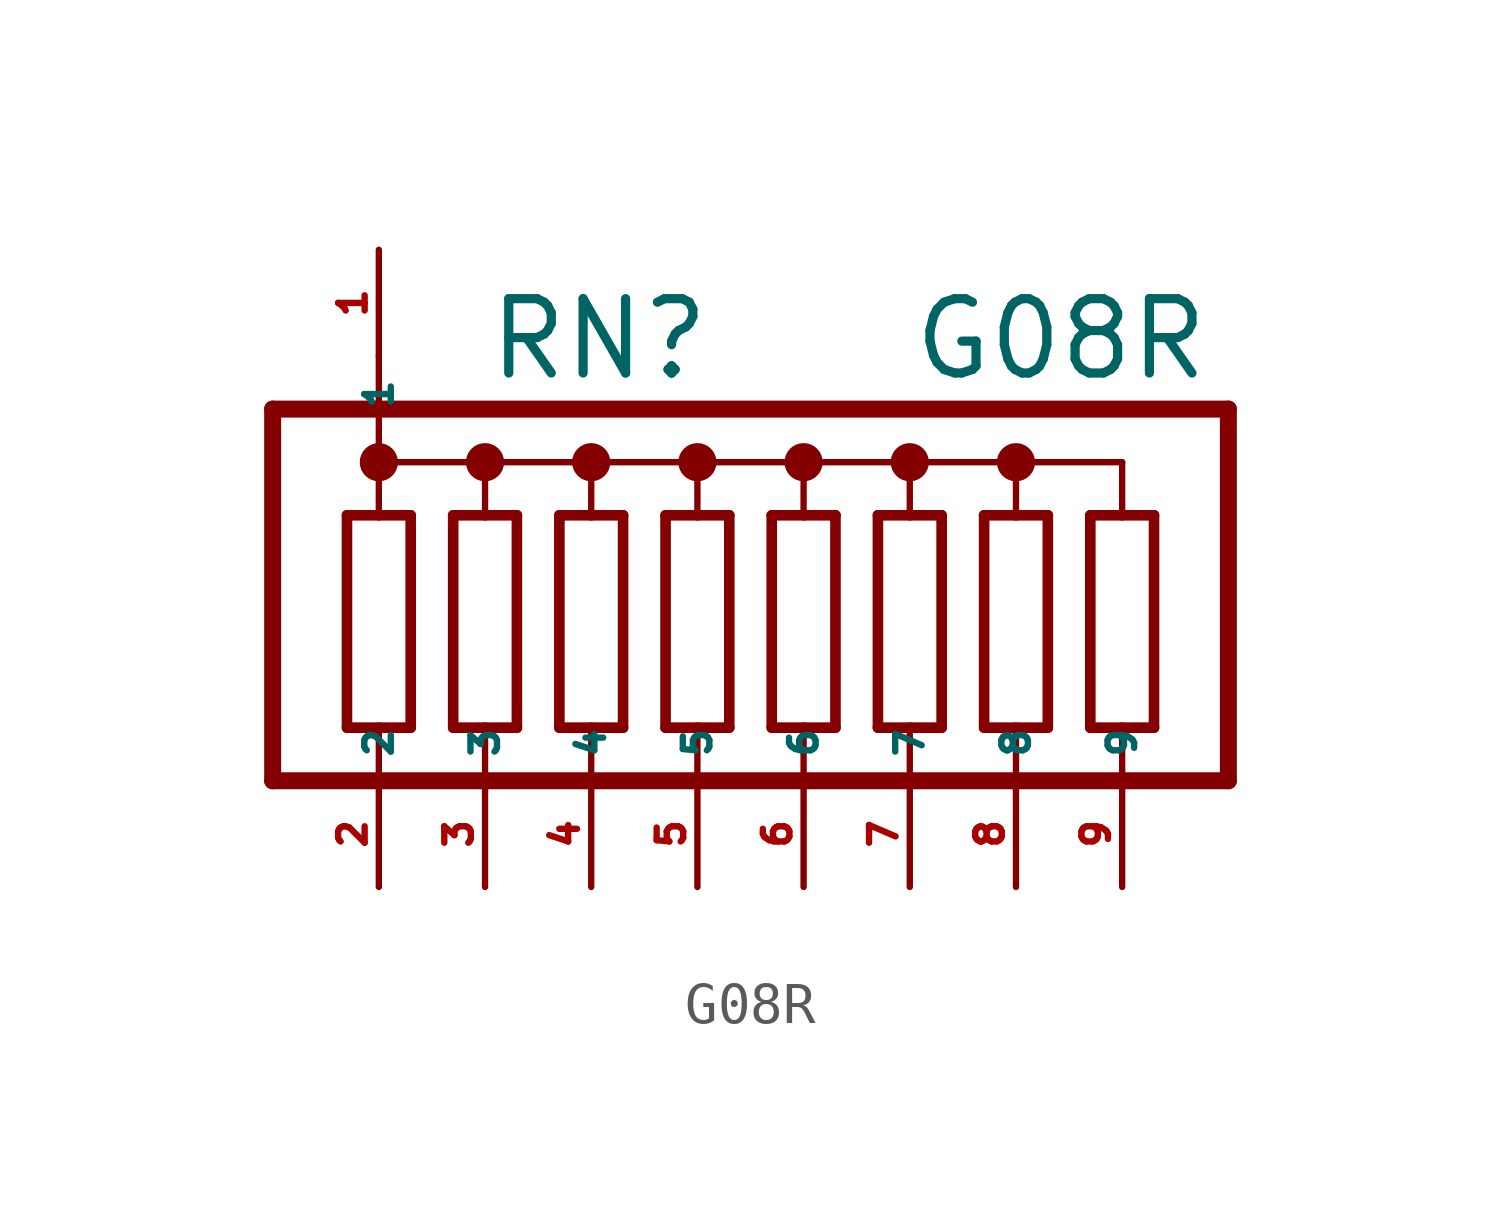
<source format=kicad_sym>
(kicad_symbol_lib
  (version 20220914)
  (generator Eagle2Kicad)
  (symbol "G08R"
    (property "Reference" "RN"
      (at -7.62 6.985 0)
      (effects (font (size 1.778 1.778) (thickness 0.22)) (justify left bottom)))
    (property "Value" "G08R"
      (at 2.54 6.985 0)
      (effects (font (size 1.778 1.778) (thickness 0.22)) (justify left bottom)))
    (polyline
      (pts (xy -9.398 -1.27) (xy -9.398 3.81))
      (stroke (width 0.254) (type default))
      (fill (type none)))
    (polyline
      (pts (xy -10.922 3.81) (xy -10.922 -1.27))
      (stroke (width 0.254) (type default))
      (fill (type none)))
    (polyline
      (pts (xy -9.398 3.81) (xy -10.16 3.81))
      (stroke (width 0.254) (type default))
      (fill (type none)))
    (polyline
      (pts (xy -10.922 -1.27) (xy -10.16 -1.27))
      (stroke (width 0.254) (type default))
      (fill (type none)))
    (polyline
      (pts (xy -10.16 -1.27) (xy -10.16 -2.54))
      (stroke (width 0.152) (type default))
      (fill (type none)))
    (polyline
      (pts (xy -10.16 -1.27) (xy -9.398 -1.27))
      (stroke (width 0.254) (type default))
      (fill (type none)))
    (polyline
      (pts (xy -10.16 5.08) (xy -10.16 3.81))
      (stroke (width 0.152) (type default))
      (fill (type none)))
    (polyline
      (pts (xy -10.16 3.81) (xy -10.922 3.81))
      (stroke (width 0.254) (type default))
      (fill (type none)))
    (polyline
      (pts (xy -10.16 5.08) (xy -7.62 5.08))
      (stroke (width 0.152) (type default))
      (fill (type none)))
    (polyline
      (pts (xy -7.62 5.08) (xy -7.62 3.81))
      (stroke (width 0.152) (type default))
      (fill (type none)))
    (polyline
      (pts (xy -7.62 5.08) (xy -5.08 5.08))
      (stroke (width 0.152) (type default))
      (fill (type none)))
    (polyline
      (pts (xy -5.08 5.08) (xy -5.08 3.81))
      (stroke (width 0.152) (type default))
      (fill (type none)))
    (polyline
      (pts (xy -5.08 5.08) (xy -2.54 5.08))
      (stroke (width 0.152) (type default))
      (fill (type none)))
    (polyline
      (pts (xy -2.54 5.08) (xy -2.54 3.81))
      (stroke (width 0.152) (type default))
      (fill (type none)))
    (polyline
      (pts (xy -2.54 5.08) (xy 0 5.08))
      (stroke (width 0.152) (type default))
      (fill (type none)))
    (polyline
      (pts (xy 0 5.08) (xy 0 3.81))
      (stroke (width 0.152) (type default))
      (fill (type none)))
    (polyline
      (pts (xy 0 -2.54) (xy 0 -1.27))
      (stroke (width 0.152) (type default))
      (fill (type none)))
    (polyline
      (pts (xy -2.54 -2.54) (xy -2.54 -1.27))
      (stroke (width 0.152) (type default))
      (fill (type none)))
    (polyline
      (pts (xy -5.08 -2.54) (xy -5.08 -1.27))
      (stroke (width 0.152) (type default))
      (fill (type none)))
    (polyline
      (pts (xy -7.62 -2.54) (xy -7.62 -1.27))
      (stroke (width 0.152) (type default))
      (fill (type none)))
    (polyline
      (pts (xy -7.62 -1.27) (xy -6.858 -1.27))
      (stroke (width 0.254) (type default))
      (fill (type none)))
    (polyline
      (pts (xy -8.382 -1.27) (xy -7.62 -1.27))
      (stroke (width 0.254) (type default))
      (fill (type none)))
    (polyline
      (pts (xy -6.858 3.81) (xy -7.62 3.81))
      (stroke (width 0.254) (type default))
      (fill (type none)))
    (polyline
      (pts (xy -7.62 3.81) (xy -8.382 3.81))
      (stroke (width 0.254) (type default))
      (fill (type none)))
    (polyline
      (pts (xy -6.858 -1.27) (xy -6.858 3.81))
      (stroke (width 0.254) (type default))
      (fill (type none)))
    (polyline
      (pts (xy -8.382 3.81) (xy -8.382 -1.27))
      (stroke (width 0.254) (type default))
      (fill (type none)))
    (polyline
      (pts (xy -4.318 -1.27) (xy -4.318 3.81))
      (stroke (width 0.254) (type default))
      (fill (type none)))
    (polyline
      (pts (xy -1.778 -1.27) (xy -1.778 3.81))
      (stroke (width 0.254) (type default))
      (fill (type none)))
    (polyline
      (pts (xy 0.762 -1.27) (xy 0.762 3.81))
      (stroke (width 0.254) (type default))
      (fill (type none)))
    (polyline
      (pts (xy -5.842 3.81) (xy -5.842 -1.27))
      (stroke (width 0.254) (type default))
      (fill (type none)))
    (polyline
      (pts (xy -3.302 3.81) (xy -3.302 -1.27))
      (stroke (width 0.254) (type default))
      (fill (type none)))
    (polyline
      (pts (xy -0.762 3.81) (xy -0.762 -1.27))
      (stroke (width 0.254) (type default))
      (fill (type none)))
    (polyline
      (pts (xy -4.318 3.81) (xy -5.08 3.81))
      (stroke (width 0.254) (type default))
      (fill (type none)))
    (polyline
      (pts (xy -1.778 3.81) (xy -2.54 3.81))
      (stroke (width 0.254) (type default))
      (fill (type none)))
    (polyline
      (pts (xy 0.762 3.81) (xy 0 3.81))
      (stroke (width 0.254) (type default))
      (fill (type none)))
    (polyline
      (pts (xy -5.08 3.81) (xy -5.842 3.81))
      (stroke (width 0.254) (type default))
      (fill (type none)))
    (polyline
      (pts (xy -2.54 3.81) (xy -3.302 3.81))
      (stroke (width 0.254) (type default))
      (fill (type none)))
    (polyline
      (pts (xy 0 3.81) (xy -0.762 3.81))
      (stroke (width 0.254) (type default))
      (fill (type none)))
    (polyline
      (pts (xy -5.08 -1.27) (xy -4.318 -1.27))
      (stroke (width 0.254) (type default))
      (fill (type none)))
    (polyline
      (pts (xy -2.54 -1.27) (xy -1.778 -1.27))
      (stroke (width 0.254) (type default))
      (fill (type none)))
    (polyline
      (pts (xy 0 -1.27) (xy 0.762 -1.27))
      (stroke (width 0.254) (type default))
      (fill (type none)))
    (polyline
      (pts (xy -5.842 -1.27) (xy -5.08 -1.27))
      (stroke (width 0.254) (type default))
      (fill (type none)))
    (polyline
      (pts (xy -3.302 -1.27) (xy -2.54 -1.27))
      (stroke (width 0.254) (type default))
      (fill (type none)))
    (polyline
      (pts (xy -0.762 -1.27) (xy 0 -1.27))
      (stroke (width 0.254) (type default))
      (fill (type none)))
    (polyline
      (pts (xy -12.7 6.35) (xy -12.7 -2.54))
      (stroke (width 0.406) (type default))
      (fill (type none)))
    (polyline
      (pts (xy 3.302 -1.27) (xy 3.302 3.81))
      (stroke (width 0.254) (type default))
      (fill (type none)))
    (polyline
      (pts (xy 1.778 3.81) (xy 1.778 -1.27))
      (stroke (width 0.254) (type default))
      (fill (type none)))
    (polyline
      (pts (xy 3.302 3.81) (xy 2.54 3.81))
      (stroke (width 0.254) (type default))
      (fill (type none)))
    (polyline
      (pts (xy 1.778 -1.27) (xy 2.54 -1.27))
      (stroke (width 0.254) (type default))
      (fill (type none)))
    (polyline
      (pts (xy 2.54 -1.27) (xy 2.54 -2.54))
      (stroke (width 0.152) (type default))
      (fill (type none)))
    (polyline
      (pts (xy 2.54 -1.27) (xy 3.302 -1.27))
      (stroke (width 0.254) (type default))
      (fill (type none)))
    (polyline
      (pts (xy 2.54 5.08) (xy 2.54 3.81))
      (stroke (width 0.152) (type default))
      (fill (type none)))
    (polyline
      (pts (xy 2.54 3.81) (xy 1.778 3.81))
      (stroke (width 0.254) (type default))
      (fill (type none)))
    (polyline
      (pts (xy 2.54 5.08) (xy 5.08 5.08))
      (stroke (width 0.152) (type default))
      (fill (type none)))
    (polyline
      (pts (xy 5.08 5.08) (xy 5.08 3.81))
      (stroke (width 0.152) (type default))
      (fill (type none)))
    (polyline
      (pts (xy 5.08 5.08) (xy 7.62 5.08))
      (stroke (width 0.152) (type default))
      (fill (type none)))
    (polyline
      (pts (xy 7.62 5.08) (xy 7.62 3.81))
      (stroke (width 0.152) (type default))
      (fill (type none)))
    (polyline
      (pts (xy 7.62 -2.54) (xy 7.62 -1.27))
      (stroke (width 0.152) (type default))
      (fill (type none)))
    (polyline
      (pts (xy 5.08 -2.54) (xy 5.08 -1.27))
      (stroke (width 0.152) (type default))
      (fill (type none)))
    (polyline
      (pts (xy 5.08 -1.27) (xy 5.842 -1.27))
      (stroke (width 0.254) (type default))
      (fill (type none)))
    (polyline
      (pts (xy 4.318 -1.27) (xy 5.08 -1.27))
      (stroke (width 0.254) (type default))
      (fill (type none)))
    (polyline
      (pts (xy 5.842 3.81) (xy 5.08 3.81))
      (stroke (width 0.254) (type default))
      (fill (type none)))
    (polyline
      (pts (xy 5.08 3.81) (xy 4.318 3.81))
      (stroke (width 0.254) (type default))
      (fill (type none)))
    (polyline
      (pts (xy 5.842 -1.27) (xy 5.842 3.81))
      (stroke (width 0.254) (type default))
      (fill (type none)))
    (polyline
      (pts (xy 4.318 3.81) (xy 4.318 -1.27))
      (stroke (width 0.254) (type default))
      (fill (type none)))
    (polyline
      (pts (xy 8.382 -1.27) (xy 8.382 3.81))
      (stroke (width 0.254) (type default))
      (fill (type none)))
    (polyline
      (pts (xy 6.858 3.81) (xy 6.858 -1.27))
      (stroke (width 0.254) (type default))
      (fill (type none)))
    (polyline
      (pts (xy 8.382 3.81) (xy 7.62 3.81))
      (stroke (width 0.254) (type default))
      (fill (type none)))
    (polyline
      (pts (xy 7.62 3.81) (xy 6.858 3.81))
      (stroke (width 0.254) (type default))
      (fill (type none)))
    (polyline
      (pts (xy 7.62 -1.27) (xy 8.382 -1.27))
      (stroke (width 0.254) (type default))
      (fill (type none)))
    (polyline
      (pts (xy 6.858 -1.27) (xy 7.62 -1.27))
      (stroke (width 0.254) (type default))
      (fill (type none)))
    (polyline
      (pts (xy -12.7 6.35) (xy 10.16 6.35))
      (stroke (width 0.406) (type default))
      (fill (type none)))
    (polyline
      (pts (xy 10.16 6.35) (xy 10.16 -2.54))
      (stroke (width 0.406) (type default))
      (fill (type none)))
    (polyline
      (pts (xy -12.7 -2.54) (xy 10.16 -2.54))
      (stroke (width 0.406) (type default))
      (fill (type none)))
    (polyline
      (pts (xy 0 5.08) (xy 2.54 5.08))
      (stroke (width 0.152) (type default))
      (fill (type none)))
    (polyline
      (pts (xy -10.16 5.08) (xy -10.16 7.62))
      (stroke (width 0.152) (type default))
      (fill (type none)))
    (circle
      (center 5.08 5.08)
      (radius 0.254)
      (stroke (width 0.406) (type default))
      (fill (type none)))
    (circle
      (center 2.54 5.08)
      (radius 0.254)
      (stroke (width 0.406) (type default))
      (fill (type none)))
    (circle
      (center 0 5.08)
      (radius 0.254)
      (stroke (width 0.406) (type default))
      (fill (type none)))
    (circle
      (center -2.54 5.08)
      (radius 0.254)
      (stroke (width 0.406) (type default))
      (fill (type none)))
    (circle
      (center -5.08 5.08)
      (radius 0.254)
      (stroke (width 0.406) (type default))
      (fill (type none)))
    (circle
      (center -7.62 5.08)
      (radius 0.254)
      (stroke (width 0.406) (type default))
      (fill (type none)))
    (circle
      (center -10.16 5.08)
      (radius 0.254)
      (stroke (width 0.406) (type default))
      (fill (type none)))
    (pin passive line
      (at -10.16 10.16 270)
      (length 2.54)
      (name "1" (effects (font (size 0.635 0.635) (thickness 0.08)) (justify left bottom)))
      (number "1" (effects (font (size 0.635 0.635) (thickness 0.08)) (justify left bottom))))
    (pin passive line
      (at -10.16 -5.08 90)
      (length 2.54)
      (name "2" (effects (font (size 0.635 0.635) (thickness 0.08)) (justify left bottom)))
      (number "2" (effects (font (size 0.635 0.635) (thickness 0.08)) (justify left bottom))))
    (pin passive line
      (at -7.62 -5.08 90)
      (length 2.54)
      (name "3" (effects (font (size 0.635 0.635) (thickness 0.08)) (justify left bottom)))
      (number "3" (effects (font (size 0.635 0.635) (thickness 0.08)) (justify left bottom))))
    (pin passive line
      (at -5.08 -5.08 90)
      (length 2.54)
      (name "4" (effects (font (size 0.635 0.635) (thickness 0.08)) (justify left bottom)))
      (number "4" (effects (font (size 0.635 0.635) (thickness 0.08)) (justify left bottom))))
    (pin passive line
      (at -2.54 -5.08 90)
      (length 2.54)
      (name "5" (effects (font (size 0.635 0.635) (thickness 0.08)) (justify left bottom)))
      (number "5" (effects (font (size 0.635 0.635) (thickness 0.08)) (justify left bottom))))
    (pin passive line
      (at 0 -5.08 90)
      (length 2.54)
      (name "6" (effects (font (size 0.635 0.635) (thickness 0.08)) (justify left bottom)))
      (number "6" (effects (font (size 0.635 0.635) (thickness 0.08)) (justify left bottom))))
    (pin passive line
      (at 2.54 -5.08 90)
      (length 2.54)
      (name "7" (effects (font (size 0.635 0.635) (thickness 0.08)) (justify left bottom)))
      (number "7" (effects (font (size 0.635 0.635) (thickness 0.08)) (justify left bottom))))
    (pin passive line
      (at 5.08 -5.08 90)
      (length 2.54)
      (name "8" (effects (font (size 0.635 0.635) (thickness 0.08)) (justify left bottom)))
      (number "8" (effects (font (size 0.635 0.635) (thickness 0.08)) (justify left bottom))))
    (pin passive line
      (at 7.62 -5.08 90)
      (length 2.54)
      (name "9" (effects (font (size 0.635 0.635) (thickness 0.08)) (justify left bottom)))
      (number "9" (effects (font (size 0.635 0.635) (thickness 0.08)) (justify left bottom))))))
</source>
